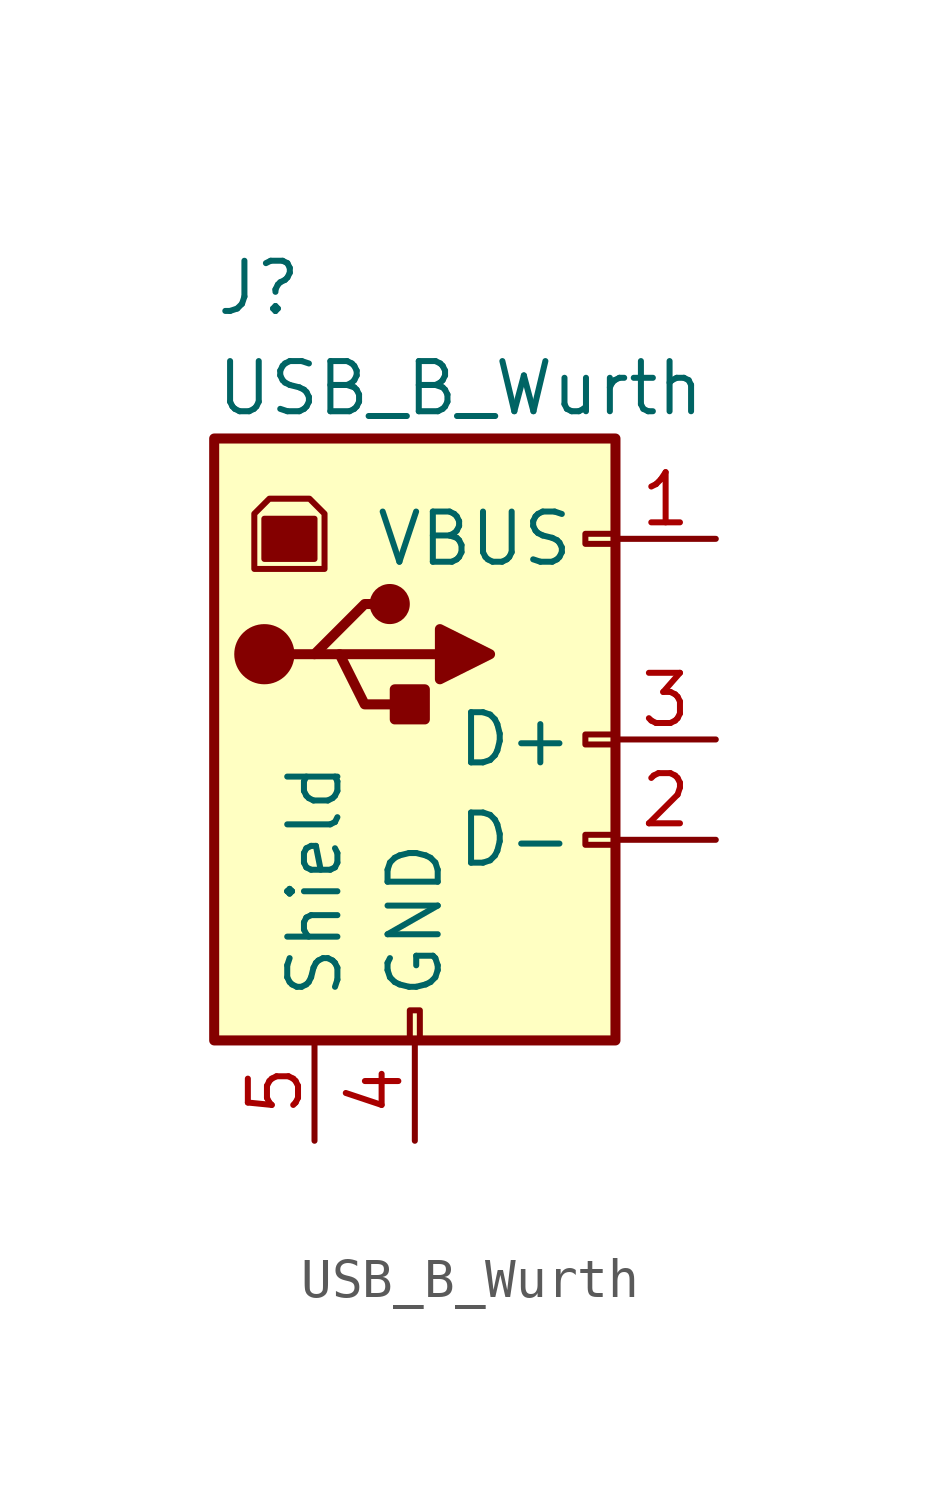
<source format=kicad_sym>
(kicad_symbol_lib
  (version 20201005)
  (generator kicad_symbol_editor)
  (symbol "USB_B_Wurth"
    (pin_names
      (offset 1.016))
    (property "Reference" "J"
      (at -5.08 11.43 0)
      (effects (font (size 1.27 1.27)) (justify left)))
    (property "Value" "USB_B_Wurth"
      (at -5.08 8.89 0)
      (effects (font (size 1.27 1.27)) (justify left)))
    (symbol "USB_B_Wurth_0_1"
      (circle (center -3.81 2.159) (radius 0.635) (stroke (width 0.254)) (fill (type outline)))
      (circle (center -0.635 3.429) (radius 0.381) (stroke (width 0.254)) (fill (type outline)))
      (rectangle (start -0.127 -7.62) (end 0.127 -6.858) (stroke (width 0)) (fill (type none)))
      (rectangle (start 5.08 -2.667) (end 4.318 -2.413) (stroke (width 0)) (fill (type none)))
      (rectangle (start 5.08 -0.127) (end 4.318 0.127) (stroke (width 0)) (fill (type none)))
      (rectangle (start 5.08 4.953) (end 4.318 5.207) (stroke (width 0)) (fill (type none)))
      (rectangle (start -3.81 5.588) (end -2.54 4.572) (stroke (width 0)) (fill (type outline)))
      (rectangle (start 0.254 1.27) (end -0.508 0.508) (stroke (width 0.254)) (fill (type outline)))
      (rectangle (start -5.08 -7.62) (end 5.08 7.62) (stroke (width 0.254)) (fill (type background)))
      (polyline (pts (xy -1.905 2.159) (xy 0.635 2.159)) (stroke (width 0.254)) (fill (type none)))
      (polyline (pts (xy -3.175 2.159) (xy -2.54 2.159) (xy -1.27 3.429) (xy -0.635 3.429)) (stroke (width 0.254)) (fill (type none)))
      (polyline (pts (xy -2.54 2.159) (xy -1.905 2.159) (xy -1.27 0.889) (xy 0 0.889)) (stroke (width 0.254)) (fill (type none)))
      (polyline (pts (xy -4.064 4.318) (xy -2.286 4.318) (xy -2.286 5.715) (xy -2.667 6.096) (xy -3.683 6.096) (xy -4.064 5.715) (xy -4.064 4.318)) (stroke (width 0)) (fill (type none)))
      (polyline (pts (xy 0.635 2.794) (xy 0.635 1.524) (xy 1.905 2.159) (xy 0.635 2.794)) (stroke (width 0.254)) (fill (type outline))))
    (symbol "USB_B_Wurth_1_1"
      (pin power_out line (at 7.62 5.08 180) (length 2.54) (name "VBUS" (effects (font (size 1.27 1.27)))) (number "1" (effects (font (size 1.27 1.27)))))
      (pin passive line (at 7.62 -2.54 180) (length 2.54) (name "D-" (effects (font (size 1.27 1.27)))) (number "2" (effects (font (size 1.27 1.27)))))
      (pin passive line (at 7.62 0 180) (length 2.54) (name "D+" (effects (font (size 1.27 1.27)))) (number "3" (effects (font (size 1.27 1.27)))))
      (pin power_out line (at 0 -10.16 90) (length 2.54) (name "GND" (effects (font (size 1.27 1.27)))) (number "4" (effects (font (size 1.27 1.27)))))
      (pin passive line (at -2.54 -10.16 90) (length 2.54) (name "Shield" (effects (font (size 1.27 1.27)))) (number "5" (effects (font (size 1.27 1.27))))))))
</source>
